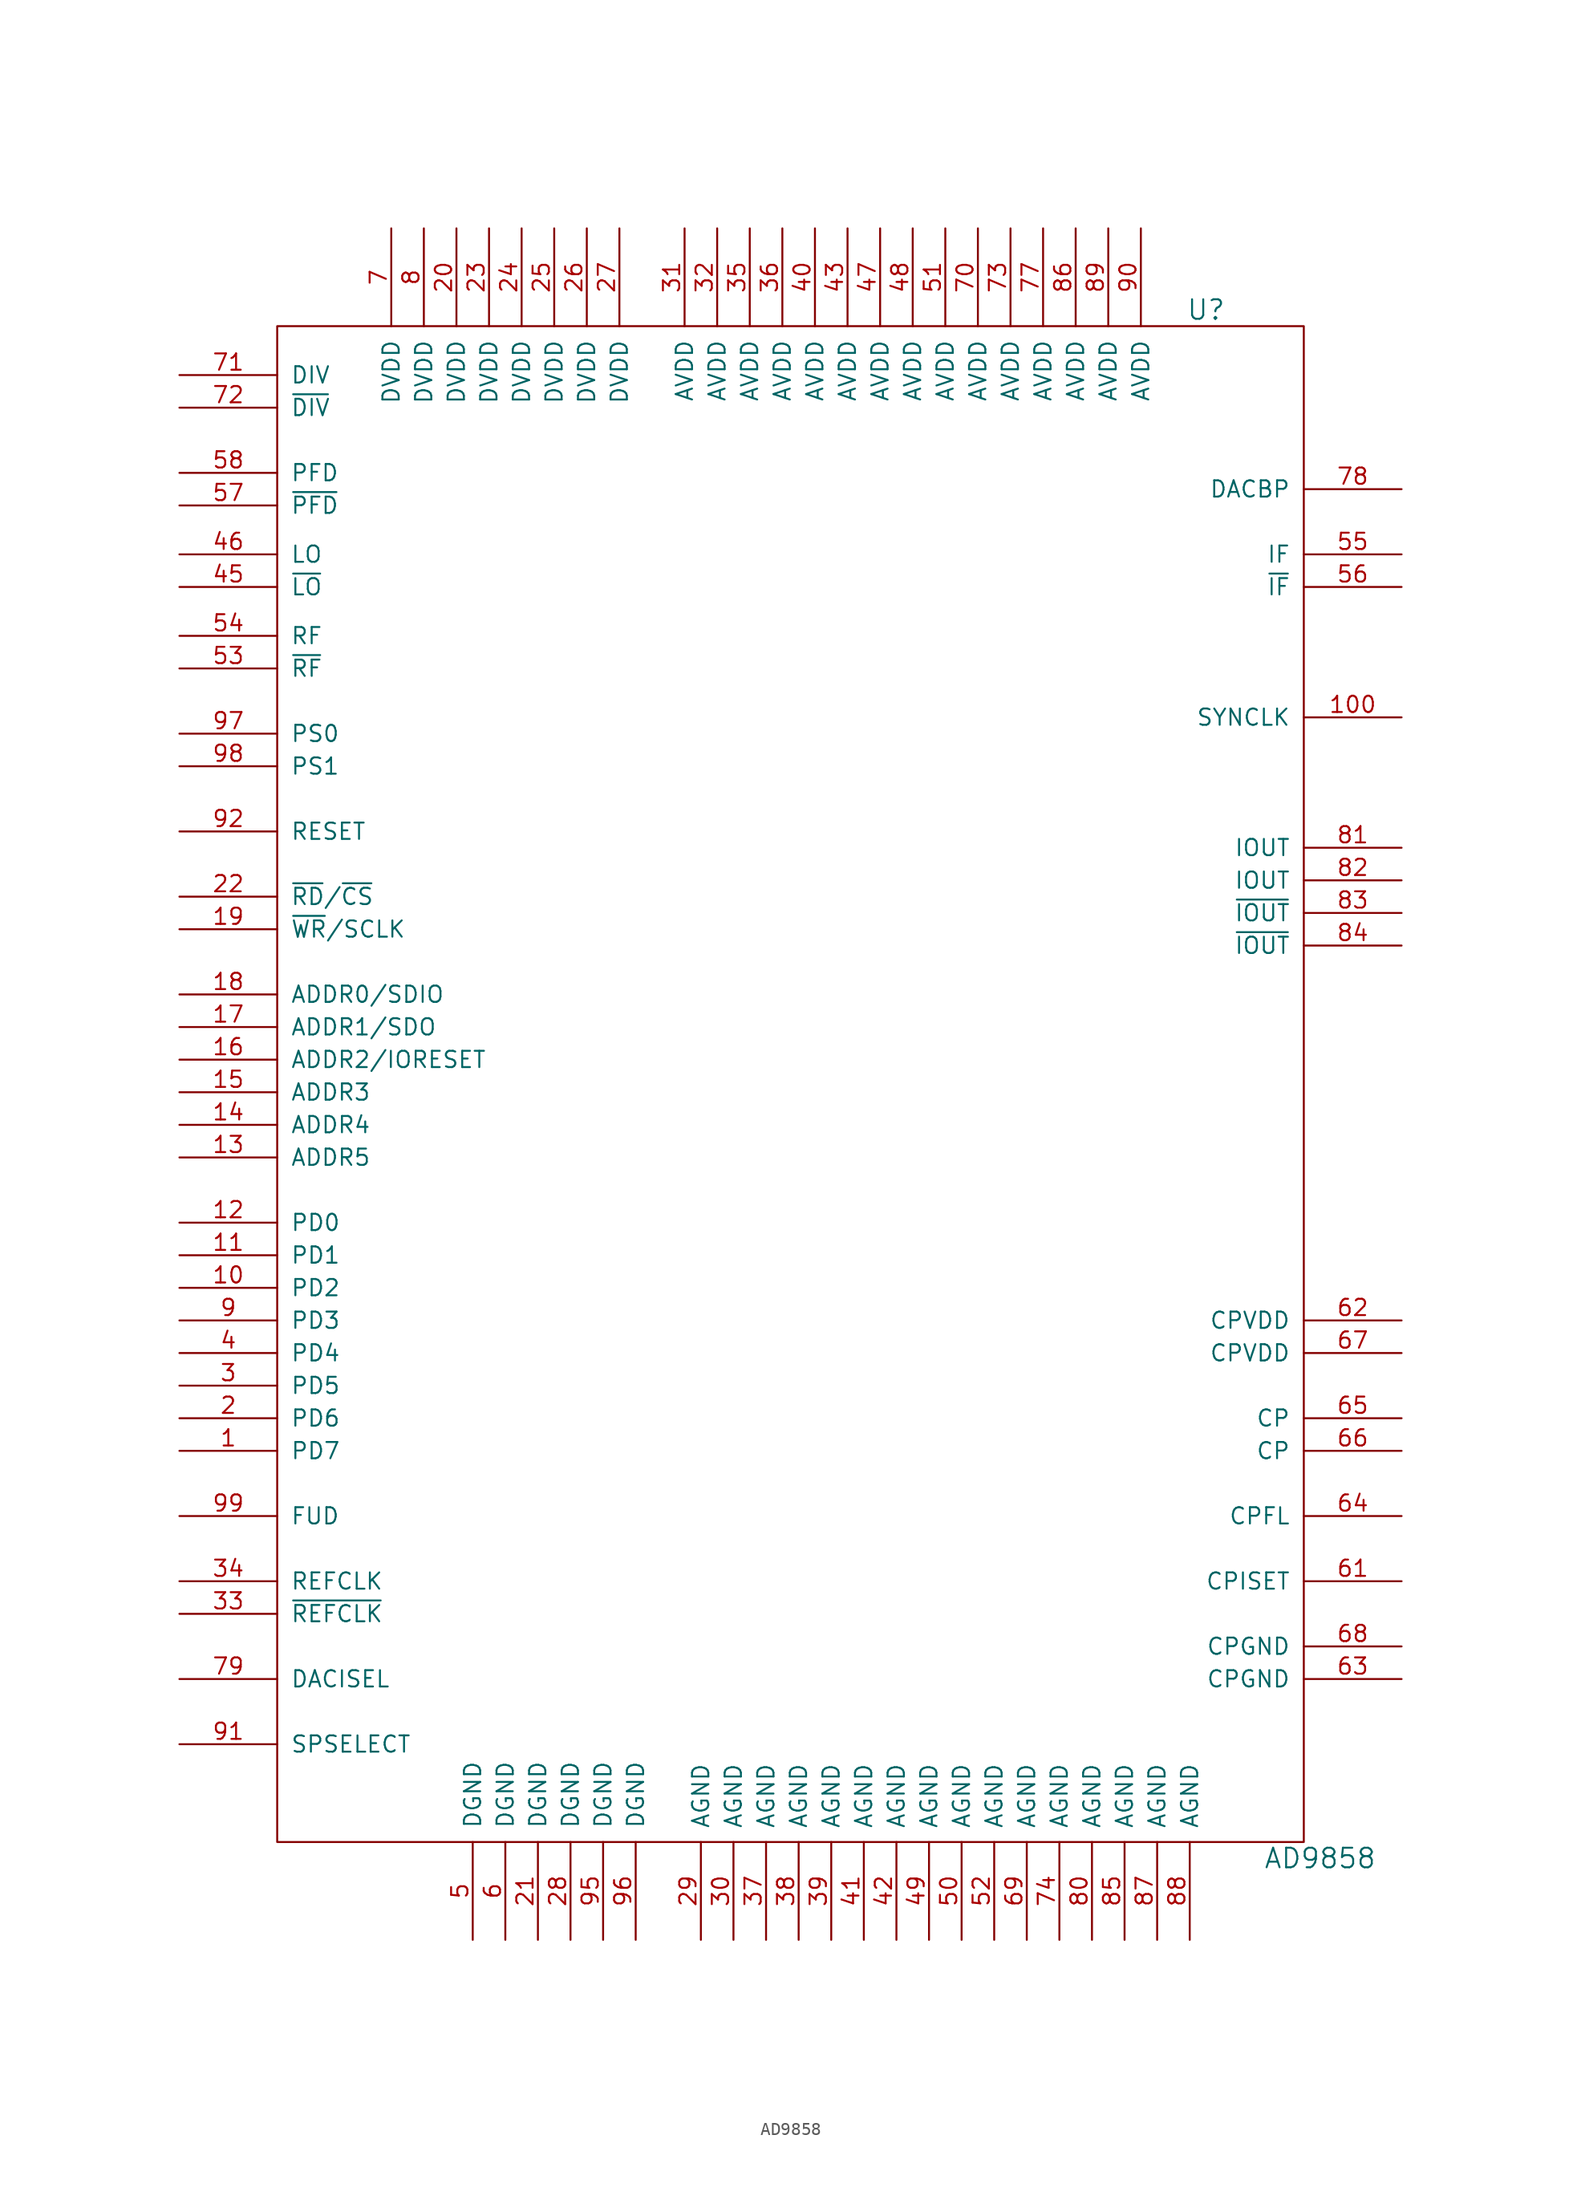
<source format=kicad_sym>
(kicad_symbol_lib
  (version 20220914)
  (generator kicad_symbol_editor)
  (symbol "AD9858"
    (pin_names
      (offset 1.016))
    (property "Reference" "U"
      (at 31.75 59.69 0)
      (effects (font (size 1.524 1.524))))
    (property "Value" "AD9858"
      (at 40.64 -60.96 0)
      (effects (font (size 1.524 1.524))))
    (property "Footprint" ""
      (at -31.75 -8.89 0)
      (effects (font (size 1.524 1.524))))
    (property "Datasheet" ""
      (at -31.75 -8.89 0)
      (effects (font (size 1.524 1.524))))
    (symbol "AD9858_0_1"
      (rectangle (start -40.64 58.42) (end 39.37 -59.69) (stroke (width 0) (type default)) (fill (type none))))
    (symbol "AD9858_1_1"
      (pin input line (at -48.26 -29.21 0) (length 7.62) (name "PD7" (effects (font (size 1.27 1.27)))) (number "1" (effects (font (size 1.27 1.27)))))
      (pin input line (at -48.26 -16.51 0) (length 7.62) (name "PD2" (effects (font (size 1.27 1.27)))) (number "10" (effects (font (size 1.27 1.27)))))
      (pin output line (at 46.99 27.94 180) (length 7.62) (name "SYNCLK" (effects (font (size 1.27 1.27)))) (number "100" (effects (font (size 1.27 1.27)))))
      (pin input line (at -48.26 -13.97 0) (length 7.62) (name "PD1" (effects (font (size 1.27 1.27)))) (number "11" (effects (font (size 1.27 1.27)))))
      (pin input line (at -48.26 -11.43 0) (length 7.62) (name "PD0" (effects (font (size 1.27 1.27)))) (number "12" (effects (font (size 1.27 1.27)))))
      (pin input line (at -48.26 -6.35 0) (length 7.62) (name "ADDR5" (effects (font (size 1.27 1.27)))) (number "13" (effects (font (size 1.27 1.27)))))
      (pin input line (at -48.26 -3.81 0) (length 7.62) (name "ADDR4" (effects (font (size 1.27 1.27)))) (number "14" (effects (font (size 1.27 1.27)))))
      (pin input line (at -48.26 -1.27 0) (length 7.62) (name "ADDR3" (effects (font (size 1.27 1.27)))) (number "15" (effects (font (size 1.27 1.27)))))
      (pin input line (at -48.26 1.27 0) (length 7.62) (name "ADDR2/IORESET" (effects (font (size 1.27 1.27)))) (number "16" (effects (font (size 1.27 1.27)))))
      (pin input line (at -48.26 3.81 0) (length 7.62) (name "ADDR1/SDO" (effects (font (size 1.27 1.27)))) (number "17" (effects (font (size 1.27 1.27)))))
      (pin input line (at -48.26 6.35 0) (length 7.62) (name "ADDR0/SDIO" (effects (font (size 1.27 1.27)))) (number "18" (effects (font (size 1.27 1.27)))))
      (pin input line (at -48.26 11.43 0) (length 7.62) (name "~{WR}/SCLK" (effects (font (size 1.27 1.27)))) (number "19" (effects (font (size 1.27 1.27)))))
      (pin input line (at -48.26 -26.67 0) (length 7.62) (name "PD6" (effects (font (size 1.27 1.27)))) (number "2" (effects (font (size 1.27 1.27)))))
      (pin power_in line (at -26.67 66.04 270) (length 7.62) (name "DVDD" (effects (font (size 1.27 1.27)))) (number "20" (effects (font (size 1.27 1.27)))))
      (pin power_in line (at -20.32 -67.31 90) (length 7.62) (name "DGND" (effects (font (size 1.27 1.27)))) (number "21" (effects (font (size 1.27 1.27)))))
      (pin input line (at -48.26 13.97 0) (length 7.62) (name "~{RD}/~{CS}" (effects (font (size 1.27 1.27)))) (number "22" (effects (font (size 1.27 1.27)))))
      (pin power_in line (at -24.13 66.04 270) (length 7.62) (name "DVDD" (effects (font (size 1.27 1.27)))) (number "23" (effects (font (size 1.27 1.27)))))
      (pin power_in line (at -21.59 66.04 270) (length 7.62) (name "DVDD" (effects (font (size 1.27 1.27)))) (number "24" (effects (font (size 1.27 1.27)))))
      (pin power_in line (at -19.05 66.04 270) (length 7.62) (name "DVDD" (effects (font (size 1.27 1.27)))) (number "25" (effects (font (size 1.27 1.27)))))
      (pin power_in line (at -16.51 66.04 270) (length 7.62) (name "DVDD" (effects (font (size 1.27 1.27)))) (number "26" (effects (font (size 1.27 1.27)))))
      (pin power_in line (at -13.97 66.04 270) (length 7.62) (name "DVDD" (effects (font (size 1.27 1.27)))) (number "27" (effects (font (size 1.27 1.27)))))
      (pin power_in line (at -17.78 -67.31 90) (length 7.62) (name "DGND" (effects (font (size 1.27 1.27)))) (number "28" (effects (font (size 1.27 1.27)))))
      (pin power_in line (at -7.62 -67.31 90) (length 7.62) (name "AGND" (effects (font (size 1.27 1.27)))) (number "29" (effects (font (size 1.27 1.27)))))
      (pin input line (at -48.26 -24.13 0) (length 7.62) (name "PD5" (effects (font (size 1.27 1.27)))) (number "3" (effects (font (size 1.27 1.27)))))
      (pin power_in line (at -5.08 -67.31 90) (length 7.62) (name "AGND" (effects (font (size 1.27 1.27)))) (number "30" (effects (font (size 1.27 1.27)))))
      (pin power_in line (at -8.89 66.04 270) (length 7.62) (name "AVDD" (effects (font (size 1.27 1.27)))) (number "31" (effects (font (size 1.27 1.27)))))
      (pin power_in line (at -6.35 66.04 270) (length 7.62) (name "AVDD" (effects (font (size 1.27 1.27)))) (number "32" (effects (font (size 1.27 1.27)))))
      (pin input line (at -48.26 -41.91 0) (length 7.62) (name "~{REFCLK}" (effects (font (size 1.27 1.27)))) (number "33" (effects (font (size 1.27 1.27)))))
      (pin input line (at -48.26 -39.37 0) (length 7.62) (name "REFCLK" (effects (font (size 1.27 1.27)))) (number "34" (effects (font (size 1.27 1.27)))))
      (pin power_in line (at -3.81 66.04 270) (length 7.62) (name "AVDD" (effects (font (size 1.27 1.27)))) (number "35" (effects (font (size 1.27 1.27)))))
      (pin power_in line (at -1.27 66.04 270) (length 7.62) (name "AVDD" (effects (font (size 1.27 1.27)))) (number "36" (effects (font (size 1.27 1.27)))))
      (pin power_in line (at -2.54 -67.31 90) (length 7.62) (name "AGND" (effects (font (size 1.27 1.27)))) (number "37" (effects (font (size 1.27 1.27)))))
      (pin power_in line (at 0 -67.31 90) (length 7.62) (name "AGND" (effects (font (size 1.27 1.27)))) (number "38" (effects (font (size 1.27 1.27)))))
      (pin power_in line (at 2.54 -67.31 90) (length 7.62) (name "AGND" (effects (font (size 1.27 1.27)))) (number "39" (effects (font (size 1.27 1.27)))))
      (pin input line (at -48.26 -21.59 0) (length 7.62) (name "PD4" (effects (font (size 1.27 1.27)))) (number "4" (effects (font (size 1.27 1.27)))))
      (pin power_in line (at 1.27 66.04 270) (length 7.62) (name "AVDD" (effects (font (size 1.27 1.27)))) (number "40" (effects (font (size 1.27 1.27)))))
      (pin power_in line (at 5.08 -67.31 90) (length 7.62) (name "AGND" (effects (font (size 1.27 1.27)))) (number "41" (effects (font (size 1.27 1.27)))))
      (pin power_in line (at 7.62 -67.31 90) (length 7.62) (name "AGND" (effects (font (size 1.27 1.27)))) (number "42" (effects (font (size 1.27 1.27)))))
      (pin power_in line (at 3.81 66.04 270) (length 7.62) (name "AVDD" (effects (font (size 1.27 1.27)))) (number "43" (effects (font (size 1.27 1.27)))))
      (pin input line (at -48.26 38.1 0) (length 7.62) (name "~{LO}" (effects (font (size 1.27 1.27)))) (number "45" (effects (font (size 1.27 1.27)))))
      (pin input line (at -48.26 40.64 0) (length 7.62) (name "LO" (effects (font (size 1.27 1.27)))) (number "46" (effects (font (size 1.27 1.27)))))
      (pin power_in line (at 6.35 66.04 270) (length 7.62) (name "AVDD" (effects (font (size 1.27 1.27)))) (number "47" (effects (font (size 1.27 1.27)))))
      (pin power_in line (at 8.89 66.04 270) (length 7.62) (name "AVDD" (effects (font (size 1.27 1.27)))) (number "48" (effects (font (size 1.27 1.27)))))
      (pin power_in line (at 10.16 -67.31 90) (length 7.62) (name "AGND" (effects (font (size 1.27 1.27)))) (number "49" (effects (font (size 1.27 1.27)))))
      (pin power_in line (at -25.4 -67.31 90) (length 7.62) (name "DGND" (effects (font (size 1.27 1.27)))) (number "5" (effects (font (size 1.27 1.27)))))
      (pin power_in line (at 12.7 -67.31 90) (length 7.62) (name "AGND" (effects (font (size 1.27 1.27)))) (number "50" (effects (font (size 1.27 1.27)))))
      (pin power_in line (at 11.43 66.04 270) (length 7.62) (name "AVDD" (effects (font (size 1.27 1.27)))) (number "51" (effects (font (size 1.27 1.27)))))
      (pin power_in line (at 15.24 -67.31 90) (length 7.62) (name "AGND" (effects (font (size 1.27 1.27)))) (number "52" (effects (font (size 1.27 1.27)))))
      (pin input line (at -48.26 31.75 0) (length 7.62) (name "~{RF}" (effects (font (size 1.27 1.27)))) (number "53" (effects (font (size 1.27 1.27)))))
      (pin input line (at -48.26 34.29 0) (length 7.62) (name "RF" (effects (font (size 1.27 1.27)))) (number "54" (effects (font (size 1.27 1.27)))))
      (pin output line (at 46.99 40.64 180) (length 7.62) (name "IF" (effects (font (size 1.27 1.27)))) (number "55" (effects (font (size 1.27 1.27)))))
      (pin output line (at 46.99 38.1 180) (length 7.62) (name "~{IF}" (effects (font (size 1.27 1.27)))) (number "56" (effects (font (size 1.27 1.27)))))
      (pin input line (at -48.26 44.45 0) (length 7.62) (name "~{PFD}" (effects (font (size 1.27 1.27)))) (number "57" (effects (font (size 1.27 1.27)))))
      (pin input line (at -48.26 46.99 0) (length 7.62) (name "PFD" (effects (font (size 1.27 1.27)))) (number "58" (effects (font (size 1.27 1.27)))))
      (pin power_in line (at -22.86 -67.31 90) (length 7.62) (name "DGND" (effects (font (size 1.27 1.27)))) (number "6" (effects (font (size 1.27 1.27)))))
      (pin input line (at 46.99 -39.37 180) (length 7.62) (name "CPISET" (effects (font (size 1.27 1.27)))) (number "61" (effects (font (size 1.27 1.27)))))
      (pin power_in line (at 46.99 -19.05 180) (length 7.62) (name "CPVDD" (effects (font (size 1.27 1.27)))) (number "62" (effects (font (size 1.27 1.27)))))
      (pin power_in line (at 46.99 -46.99 180) (length 7.62) (name "CPGND" (effects (font (size 1.27 1.27)))) (number "63" (effects (font (size 1.27 1.27)))))
      (pin output line (at 46.99 -34.29 180) (length 7.62) (name "CPFL" (effects (font (size 1.27 1.27)))) (number "64" (effects (font (size 1.27 1.27)))))
      (pin output line (at 46.99 -26.67 180) (length 7.62) (name "CP" (effects (font (size 1.27 1.27)))) (number "65" (effects (font (size 1.27 1.27)))))
      (pin passive line (at 46.99 -29.21 180) (length 7.62) (name "CP" (effects (font (size 1.27 1.27)))) (number "66" (effects (font (size 1.27 1.27)))))
      (pin power_in line (at 46.99 -21.59 180) (length 7.62) (name "CPVDD" (effects (font (size 1.27 1.27)))) (number "67" (effects (font (size 1.27 1.27)))))
      (pin power_in line (at 46.99 -44.45 180) (length 7.62) (name "CPGND" (effects (font (size 1.27 1.27)))) (number "68" (effects (font (size 1.27 1.27)))))
      (pin power_in line (at 17.78 -67.31 90) (length 7.62) (name "AGND" (effects (font (size 1.27 1.27)))) (number "69" (effects (font (size 1.27 1.27)))))
      (pin power_in line (at -31.75 66.04 270) (length 7.62) (name "DVDD" (effects (font (size 1.27 1.27)))) (number "7" (effects (font (size 1.27 1.27)))))
      (pin power_in line (at 13.97 66.04 270) (length 7.62) (name "AVDD" (effects (font (size 1.27 1.27)))) (number "70" (effects (font (size 1.27 1.27)))))
      (pin input line (at -48.26 54.61 0) (length 7.62) (name "DIV" (effects (font (size 1.27 1.27)))) (number "71" (effects (font (size 1.27 1.27)))))
      (pin input line (at -48.26 52.07 0) (length 7.62) (name "~{DIV}" (effects (font (size 1.27 1.27)))) (number "72" (effects (font (size 1.27 1.27)))))
      (pin power_in line (at 16.51 66.04 270) (length 7.62) (name "AVDD" (effects (font (size 1.27 1.27)))) (number "73" (effects (font (size 1.27 1.27)))))
      (pin power_in line (at 20.32 -67.31 90) (length 7.62) (name "AGND" (effects (font (size 1.27 1.27)))) (number "74" (effects (font (size 1.27 1.27)))))
      (pin power_in line (at 19.05 66.04 270) (length 7.62) (name "AVDD" (effects (font (size 1.27 1.27)))) (number "77" (effects (font (size 1.27 1.27)))))
      (pin input line (at 46.99 45.72 180) (length 7.62) (name "DACBP" (effects (font (size 1.27 1.27)))) (number "78" (effects (font (size 1.27 1.27)))))
      (pin input line (at -48.26 -46.99 0) (length 7.62) (name "DACISEL" (effects (font (size 1.27 1.27)))) (number "79" (effects (font (size 1.27 1.27)))))
      (pin power_in line (at -29.21 66.04 270) (length 7.62) (name "DVDD" (effects (font (size 1.27 1.27)))) (number "8" (effects (font (size 1.27 1.27)))))
      (pin power_in line (at 22.86 -67.31 90) (length 7.62) (name "AGND" (effects (font (size 1.27 1.27)))) (number "80" (effects (font (size 1.27 1.27)))))
      (pin output line (at 46.99 17.78 180) (length 7.62) (name "IOUT" (effects (font (size 1.27 1.27)))) (number "81" (effects (font (size 1.27 1.27)))))
      (pin passive line (at 46.99 15.24 180) (length 7.62) (name "IOUT" (effects (font (size 1.27 1.27)))) (number "82" (effects (font (size 1.27 1.27)))))
      (pin output line (at 46.99 12.7 180) (length 7.62) (name "~{IOUT}" (effects (font (size 1.27 1.27)))) (number "83" (effects (font (size 1.27 1.27)))))
      (pin passive line (at 46.99 10.16 180) (length 7.62) (name "~{IOUT}" (effects (font (size 1.27 1.27)))) (number "84" (effects (font (size 1.27 1.27)))))
      (pin power_in line (at 25.4 -67.31 90) (length 7.62) (name "AGND" (effects (font (size 1.27 1.27)))) (number "85" (effects (font (size 1.27 1.27)))))
      (pin power_in line (at 21.59 66.04 270) (length 7.62) (name "AVDD" (effects (font (size 1.27 1.27)))) (number "86" (effects (font (size 1.27 1.27)))))
      (pin power_in line (at 27.94 -67.31 90) (length 7.62) (name "AGND" (effects (font (size 1.27 1.27)))) (number "87" (effects (font (size 1.27 1.27)))))
      (pin power_in line (at 30.48 -67.31 90) (length 7.62) (name "AGND" (effects (font (size 1.27 1.27)))) (number "88" (effects (font (size 1.27 1.27)))))
      (pin power_in line (at 24.13 66.04 270) (length 7.62) (name "AVDD" (effects (font (size 1.27 1.27)))) (number "89" (effects (font (size 1.27 1.27)))))
      (pin input line (at -48.26 -19.05 0) (length 7.62) (name "PD3" (effects (font (size 1.27 1.27)))) (number "9" (effects (font (size 1.27 1.27)))))
      (pin power_in line (at 26.67 66.04 270) (length 7.62) (name "AVDD" (effects (font (size 1.27 1.27)))) (number "90" (effects (font (size 1.27 1.27)))))
      (pin input line (at -48.26 -52.07 0) (length 7.62) (name "SPSELECT" (effects (font (size 1.27 1.27)))) (number "91" (effects (font (size 1.27 1.27)))))
      (pin input line (at -48.26 19.05 0) (length 7.62) (name "RESET" (effects (font (size 1.27 1.27)))) (number "92" (effects (font (size 1.27 1.27)))))
      (pin power_in line (at -15.24 -67.31 90) (length 7.62) (name "DGND" (effects (font (size 1.27 1.27)))) (number "95" (effects (font (size 1.27 1.27)))))
      (pin power_in line (at -12.7 -67.31 90) (length 7.62) (name "DGND" (effects (font (size 1.27 1.27)))) (number "96" (effects (font (size 1.27 1.27)))))
      (pin input line (at -48.26 26.67 0) (length 7.62) (name "PS0" (effects (font (size 1.27 1.27)))) (number "97" (effects (font (size 1.27 1.27)))))
      (pin input line (at -48.26 24.13 0) (length 7.62) (name "PS1" (effects (font (size 1.27 1.27)))) (number "98" (effects (font (size 1.27 1.27)))))
      (pin input line (at -48.26 -34.29 0) (length 7.62) (name "FUD" (effects (font (size 1.27 1.27)))) (number "99" (effects (font (size 1.27 1.27))))))))
</source>
